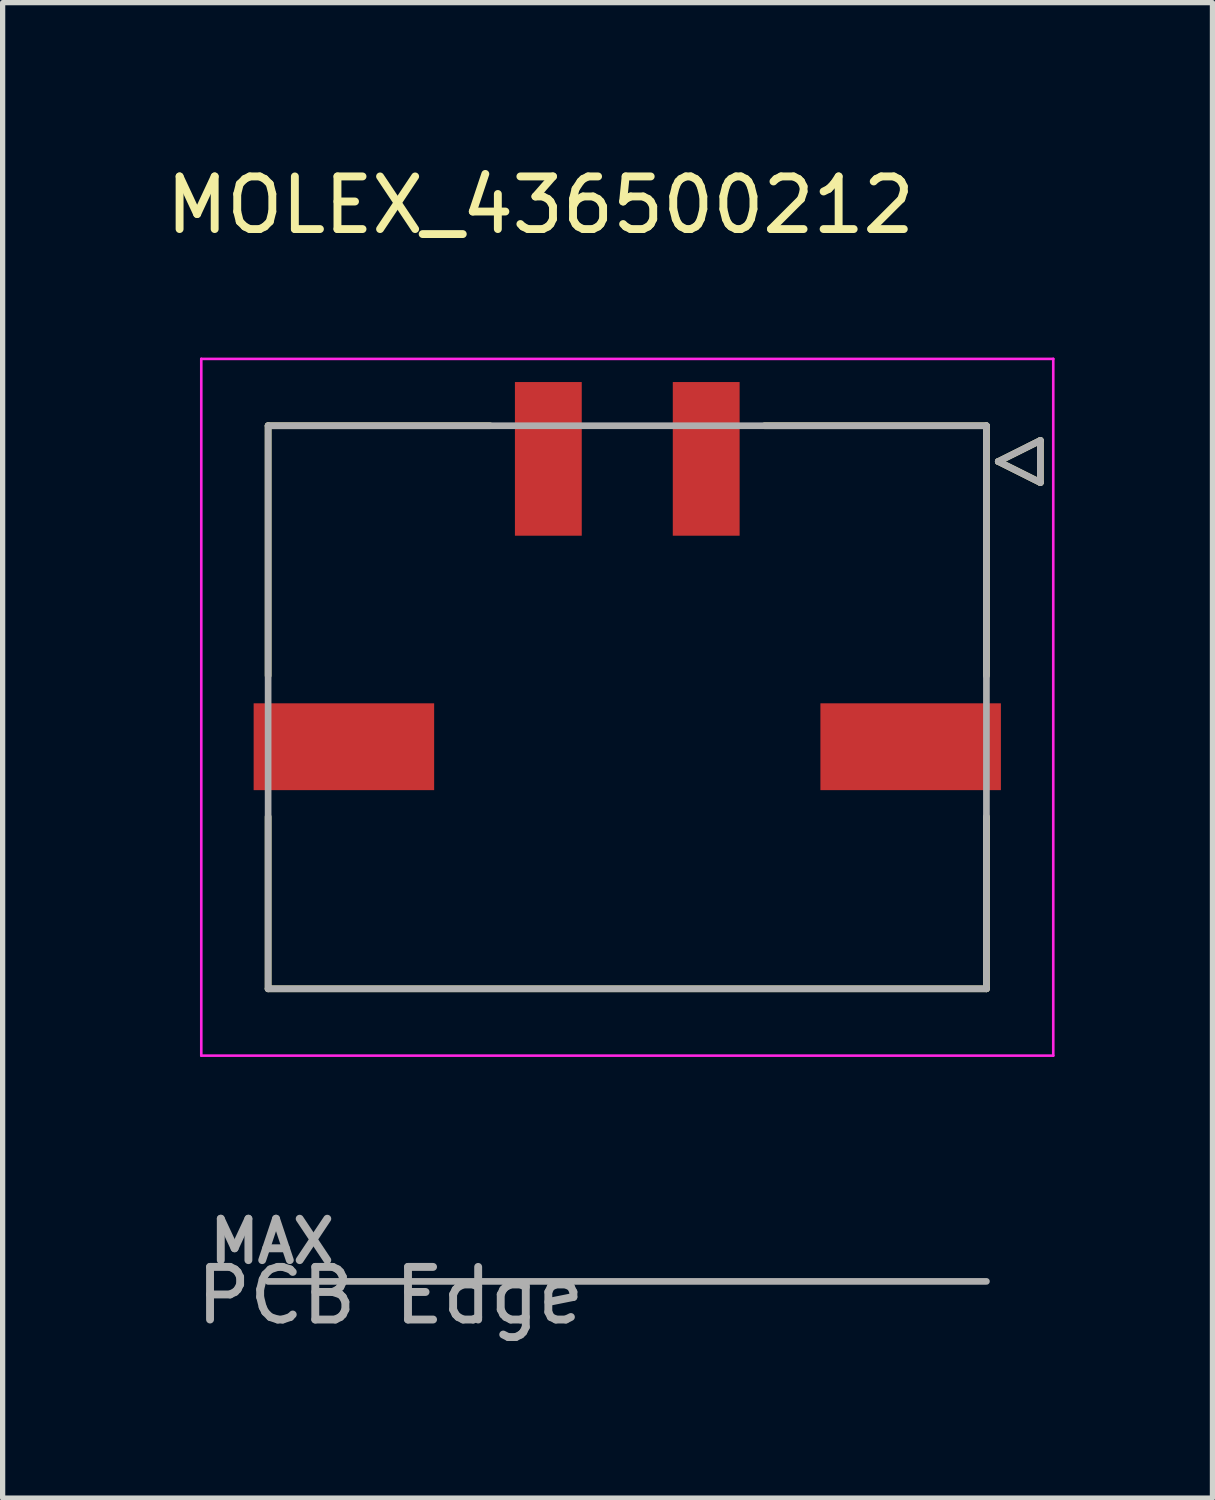
<source format=kicad_pcb>
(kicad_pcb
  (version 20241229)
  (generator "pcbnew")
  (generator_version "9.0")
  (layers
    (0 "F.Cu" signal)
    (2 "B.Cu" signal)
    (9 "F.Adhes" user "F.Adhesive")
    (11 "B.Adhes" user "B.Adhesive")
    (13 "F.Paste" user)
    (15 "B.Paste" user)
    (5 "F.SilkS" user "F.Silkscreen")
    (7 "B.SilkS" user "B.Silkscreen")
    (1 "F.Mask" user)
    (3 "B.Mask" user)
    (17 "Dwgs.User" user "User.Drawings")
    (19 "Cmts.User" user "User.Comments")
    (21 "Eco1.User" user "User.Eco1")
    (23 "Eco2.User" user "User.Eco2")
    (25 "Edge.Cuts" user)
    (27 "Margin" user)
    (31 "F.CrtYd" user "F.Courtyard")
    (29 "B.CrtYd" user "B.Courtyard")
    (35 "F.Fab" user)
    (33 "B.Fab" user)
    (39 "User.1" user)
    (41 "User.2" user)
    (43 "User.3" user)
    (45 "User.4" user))
  (footprint "MOLEX_436500212"
    (layer "F.Cu")
    (at 8.87 10.79)
    (property "Reference" "MOLEX_436500212" (at -1.65 -9.942 0) (layer "F.SilkS") (effects (font (size 1 1) (thickness 0.15))))
    (attr smd)
    (fp_poly (pts (xy -7.176 -0.551) (xy -3.594 -0.551) (xy -3.594 1.251) (xy -7.176 1.251)) (stroke (width 0.01) (type solid)) (fill yes) (layer "F.Mask"))
    (fp_poly (pts (xy -2.211 -6.656) (xy -0.789 -6.656) (xy -0.789 -3.584) (xy -2.211 -3.584)) (stroke (width 0.01) (type solid)) (fill yes) (layer "F.Mask"))
    (fp_poly (pts (xy 0.789 -6.656) (xy 2.211 -6.656) (xy 2.211 -3.584) (xy 0.789 -3.584)) (stroke (width 0.01) (type solid)) (fill yes) (layer "F.Mask"))
    (fp_poly (pts (xy 3.594 -0.551) (xy 7.176 -0.551) (xy 7.176 1.251) (xy 3.594 1.251)) (stroke (width 0.01) (type solid)) (fill yes) (layer "F.Mask"))
    (fp_line (start -6.825 -5.75) (end -6.825 -1) (stroke (width 0.127) (type solid)) (layer "F.SilkS"))
    (fp_line (start -6.825 -5.75) (end -2.61 -5.75) (stroke (width 0.127) (type solid)) (layer "F.SilkS"))
    (fp_line (start -6.825 1.68) (end -6.825 4.95) (stroke (width 0.127) (type solid)) (layer "F.SilkS"))
    (fp_line (start 6.825 -5.75) (end 2.61 -5.75) (stroke (width 0.127) (type solid)) (layer "F.SilkS"))
    (fp_line (start 6.825 -5.75) (end 6.825 -1) (stroke (width 0.127) (type solid)) (layer "F.SilkS"))
    (fp_line (start 6.825 4.95) (end -6.825 4.95) (stroke (width 0.127) (type solid)) (layer "F.SilkS"))
    (fp_line (start 6.825 4.95) (end 6.825 1.68) (stroke (width 0.127) (type solid)) (layer "F.SilkS"))
    (fp_line (start 7.05 -5.07) (end 7.85 -5.47) (stroke (width 0.127) (type solid)) (layer "F.SilkS"))
    (fp_line (start 7.85 -5.47) (end 7.85 -4.67) (stroke (width 0.127) (type solid)) (layer "F.SilkS"))
    (fp_line (start 7.85 -4.67) (end 7.05 -5.07) (stroke (width 0.127) (type solid)) (layer "F.SilkS"))
    (fp_line (start -8.095 -7.02) (end 8.095 -7.02) (stroke (width 0.05) (type solid)) (layer "F.CrtYd"))
    (fp_line (start -8.095 6.22) (end -8.095 -7.02) (stroke (width 0.05) (type solid)) (layer "F.CrtYd"))
    (fp_line (start 8.095 6.22) (end -8.095 6.22) (stroke (width 0.05) (type solid)) (layer "F.CrtYd"))
    (fp_line (start 8.095 6.22) (end 8.095 -7.02) (stroke (width 0.05) (type solid)) (layer "F.CrtYd"))
    (fp_line (start -6.825 -5.75) (end 6.825 -5.75) (stroke (width 0.127) (type solid)) (layer "F.Fab"))
    (fp_line (start -6.825 4.95) (end -6.825 -5.75) (stroke (width 0.127) (type solid)) (layer "F.Fab"))
    (fp_line (start 6.825 4.95) (end -6.825 4.95) (stroke (width 0.127) (type solid)) (layer "F.Fab"))
    (fp_line (start 6.825 4.95) (end 6.825 -5.75) (stroke (width 0.127) (type solid)) (layer "F.Fab"))
    (fp_line (start 6.825 10.51) (end -6.825 10.51) (stroke (width 0.127) (type solid)) (layer "F.Fab"))
    (fp_line (start 7.05 -5.07) (end 7.85 -5.47) (stroke (width 0.127) (type solid)) (layer "F.Fab"))
    (fp_line (start 7.85 -5.47) (end 7.85 -4.67) (stroke (width 0.127) (type solid)) (layer "F.Fab"))
    (fp_line (start 7.85 -4.67) (end 7.05 -5.07) (stroke (width 0.127) (type solid)) (layer "F.Fab"))
    (fp_text user "MAX" (at -6.75 9.75 0) (layer "F.Fab") (effects (font (size 0.787 0.787) (thickness 0.15))))
    (fp_text user "PCB Edge" (at -4.5 10.78 0) (layer "F.Fab") (effects (font (size 1 1) (thickness 0.15))))
    (pad "1" smd rect (at 1.5 -5.12) (size 1.27 2.92) (layers "F.Cu" "F.Paste"))
    (pad "2" smd rect (at -1.5 -5.12) (size 1.27 2.92) (layers "F.Cu" "F.Paste"))
    (pad "S1" smd rect (at 5.385 0.35) (size 3.43 1.65) (layers "F.Cu" "F.Paste"))
    (pad "S2" smd rect (at -5.385 0.35) (size 3.43 1.65) (layers "F.Cu" "F.Paste"))
    (zone (net_name "") (layer "F.Cu") (hatch full 0.508) (connect_pads) (min_thickness 0.01) (filled_areas_thickness no) (keepout (tracks not_allowed) (vias not_allowed) (pads not_allowed) (copperpour not_allowed) (footprints allowed)) (placement (enabled no)) (fill) (polygon (pts (xy 3.295 7.49) (xy 5.745 7.49) (xy 5.745 9.09) (xy 3.295 9.09))))
    (zone (net_name "") (layer "F.Cu") (hatch full 0.508) (connect_pads) (min_thickness 0.01) (filled_areas_thickness no) (keepout (tracks not_allowed) (vias not_allowed) (pads not_allowed) (copperpour not_allowed) (footprints allowed)) (placement (enabled no)) (fill) (polygon (pts (xy 11.995 7.49) (xy 14.445 7.49) (xy 14.445 9.09) (xy 11.995 9.09))))
    (zone (net_name "") (layers "F.Cu" "B.Cu") (hatch full 0.508) (connect_pads) (min_thickness 0.01) (filled_areas_thickness no) (keepout (tracks allowed) (vias not_allowed) (pads allowed) (copperpour allowed) (footprints allowed)) (placement (enabled no)) (fill) (polygon (pts (xy 3.295 7.49) (xy 5.745 7.49) (xy 5.745 9.09) (xy 3.295 9.09))))
    (zone (net_name "") (layers "F.Cu" "B.Cu") (hatch full 0.508) (connect_pads) (min_thickness 0.01) (filled_areas_thickness no) (keepout (tracks allowed) (vias not_allowed) (pads allowed) (copperpour allowed) (footprints allowed)) (placement (enabled no)) (fill) (polygon (pts (xy 11.995 7.49) (xy 14.445 7.49) (xy 14.445 9.09) (xy 11.995 9.09)))))
  (gr_rect
    (start -3 -3)
    (end 19.99 25.418)
    (stroke (width 0.1) (type default))
    (fill no)
    (layer "Edge.Cuts")))
</source>
